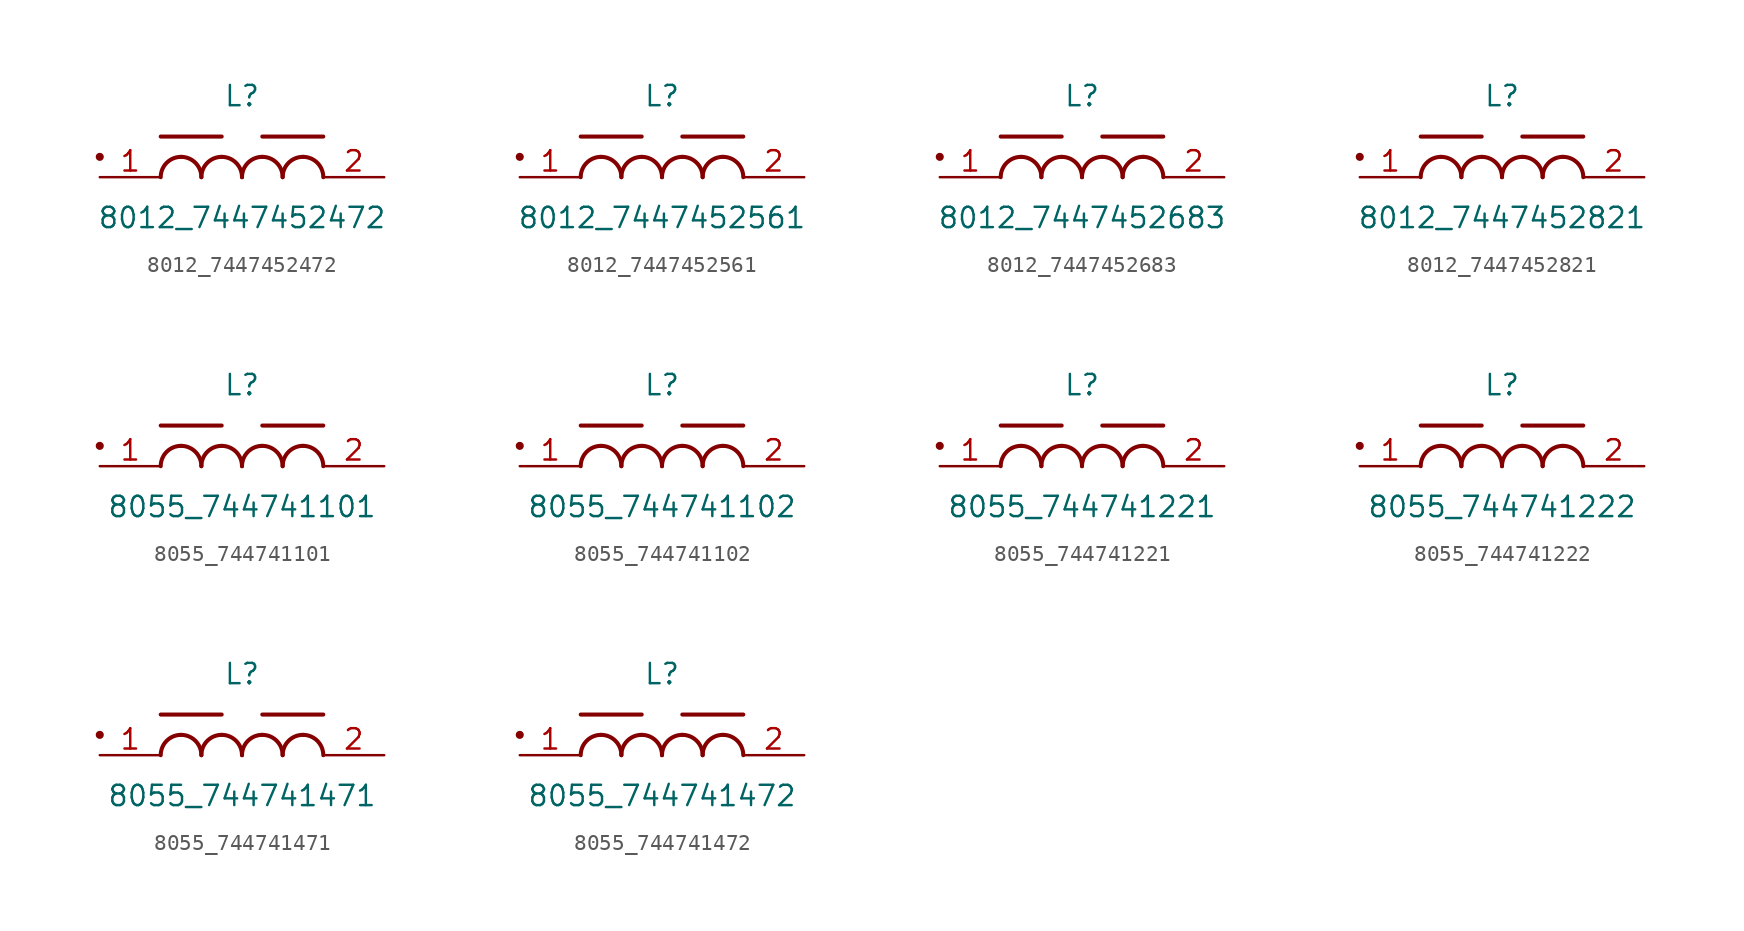
<source format=kicad_sym>
(kicad_symbol_lib
  (version 20211014)
  (generator kicad_symbol_editor)
  (symbol "Inductor_Wurth_WE-TI:8012_7447452472"
    (pin_names hide)
    (property "Reference" "L"
      (at 0 5.08 0)
      (effects (font (size 1.27 1.27))))
    (property "Value" "8012_7447452472"
      (at 0 -2.54 0)
      (effects (font (size 1.27 1.27))))
    (symbol "8012_7447452472_0_1"
      (circle (center -8.89 1.27) (radius 0.0001) (stroke (width 0.254)) (stroke (width 0.254) (type default) (color 0 0 0 0)) (fill (type none)))
      (arc (start -3.81 1.27) (mid -4.708 0.898) (end -5.08 0) (stroke (width 0.254) (type default) (color 0 0 0 0)) (fill (type none)))
      (arc (start -2.54 0) (mid -2.912 0.898) (end -3.81 1.27) (stroke (width 0.254) (type default) (color 0 0 0 0)) (fill (type none)))
      (arc (start -1.2699 1.2701) (mid -2.1679 0.8981) (end -2.5399 0.0001) (stroke (width 0.254) (type default) (color 0 0 0 0)) (fill (type none)))
      (polyline (pts (xy -5.08 2.54) (xy -1.27 2.54)) (stroke (width 0.254) (type default) (color 0 0 0 0)) (fill (type none)))
      (polyline (pts (xy 5.08 2.54) (xy 1.27 2.54)) (stroke (width 0.254) (type default) (color 0 0 0 0)) (fill (type none)))
      (arc (start 0.0001 0.0001) (mid -0.3719 0.8981) (end -1.2699 1.2701) (stroke (width 0.254) (type default) (color 0 0 0 0)) (fill (type none)))
      (arc (start 1.2701 1.2701) (mid 0.3721 0.8981) (end 0.0001 0.0001) (stroke (width 0.254) (type default) (color 0 0 0 0)) (fill (type none)))
      (arc (start 2.5401 0.0001) (mid 2.1681 0.8981) (end 1.2701 1.2701) (stroke (width 0.254) (type default) (color 0 0 0 0)) (fill (type none)))
      (arc (start 3.8101 1.2701) (mid 2.9121 0.8981) (end 2.5401 0.0001) (stroke (width 0.254) (type default) (color 0 0 0 0)) (fill (type none)))
      (arc (start 5.0801 0.0001) (mid 4.7081 0.8981) (end 3.8101 1.2701) (stroke (width 0.254) (type default) (color 0 0 0 0)) (fill (type none))))
    (symbol "8012_7447452472_1_1"
      (pin passive line (at -8.89 0 0) (length 3.81) (name "1" (effects (font (size 1.27 1.27)))) (number "1" (effects (font (size 1.27 1.27)))))
      (pin passive line (at 8.89 0 180) (length 3.81) (name "2" (effects (font (size 1.27 1.27)))) (number "2" (effects (font (size 1.27 1.27)))))))
  (symbol "Inductor_Wurth_WE-TI:8012_7447452561"
    (pin_names hide)
    (property "Reference" "L"
      (at 0 5.08 0)
      (effects (font (size 1.27 1.27))))
    (property "Value" "8012_7447452561"
      (at 0 -2.54 0)
      (effects (font (size 1.27 1.27))))
    (symbol "8012_7447452561_0_1"
      (circle (center -8.89 1.27) (radius 0.0001) (stroke (width 0.254)) (stroke (width 0.254) (type default) (color 0 0 0 0)) (fill (type none)))
      (arc (start -3.81 1.27) (mid -4.708 0.898) (end -5.08 0) (stroke (width 0.254) (type default) (color 0 0 0 0)) (fill (type none)))
      (arc (start -2.54 0) (mid -2.912 0.898) (end -3.81 1.27) (stroke (width 0.254) (type default) (color 0 0 0 0)) (fill (type none)))
      (arc (start -1.2699 1.2701) (mid -2.1679 0.8981) (end -2.5399 0.0001) (stroke (width 0.254) (type default) (color 0 0 0 0)) (fill (type none)))
      (polyline (pts (xy -5.08 2.54) (xy -1.27 2.54)) (stroke (width 0.254) (type default) (color 0 0 0 0)) (fill (type none)))
      (polyline (pts (xy 5.08 2.54) (xy 1.27 2.54)) (stroke (width 0.254) (type default) (color 0 0 0 0)) (fill (type none)))
      (arc (start 0.0001 0.0001) (mid -0.3719 0.8981) (end -1.2699 1.2701) (stroke (width 0.254) (type default) (color 0 0 0 0)) (fill (type none)))
      (arc (start 1.2701 1.2701) (mid 0.3721 0.8981) (end 0.0001 0.0001) (stroke (width 0.254) (type default) (color 0 0 0 0)) (fill (type none)))
      (arc (start 2.5401 0.0001) (mid 2.1681 0.8981) (end 1.2701 1.2701) (stroke (width 0.254) (type default) (color 0 0 0 0)) (fill (type none)))
      (arc (start 3.8101 1.2701) (mid 2.9121 0.8981) (end 2.5401 0.0001) (stroke (width 0.254) (type default) (color 0 0 0 0)) (fill (type none)))
      (arc (start 5.0801 0.0001) (mid 4.7081 0.8981) (end 3.8101 1.2701) (stroke (width 0.254) (type default) (color 0 0 0 0)) (fill (type none))))
    (symbol "8012_7447452561_1_1"
      (pin passive line (at -8.89 0 0) (length 3.81) (name "1" (effects (font (size 1.27 1.27)))) (number "1" (effects (font (size 1.27 1.27)))))
      (pin passive line (at 8.89 0 180) (length 3.81) (name "2" (effects (font (size 1.27 1.27)))) (number "2" (effects (font (size 1.27 1.27)))))))
  (symbol "Inductor_Wurth_WE-TI:8012_7447452683"
    (pin_names hide)
    (property "Reference" "L"
      (at 0 5.08 0)
      (effects (font (size 1.27 1.27))))
    (property "Value" "8012_7447452683"
      (at 0 -2.54 0)
      (effects (font (size 1.27 1.27))))
    (symbol "8012_7447452683_0_1"
      (circle (center -8.89 1.27) (radius 0.0001) (stroke (width 0.254)) (stroke (width 0.254) (type default) (color 0 0 0 0)) (fill (type none)))
      (arc (start -3.81 1.27) (mid -4.708 0.898) (end -5.08 0) (stroke (width 0.254) (type default) (color 0 0 0 0)) (fill (type none)))
      (arc (start -2.54 0) (mid -2.912 0.898) (end -3.81 1.27) (stroke (width 0.254) (type default) (color 0 0 0 0)) (fill (type none)))
      (arc (start -1.2699 1.2701) (mid -2.1679 0.8981) (end -2.5399 0.0001) (stroke (width 0.254) (type default) (color 0 0 0 0)) (fill (type none)))
      (polyline (pts (xy -5.08 2.54) (xy -1.27 2.54)) (stroke (width 0.254) (type default) (color 0 0 0 0)) (fill (type none)))
      (polyline (pts (xy 5.08 2.54) (xy 1.27 2.54)) (stroke (width 0.254) (type default) (color 0 0 0 0)) (fill (type none)))
      (arc (start 0.0001 0.0001) (mid -0.3719 0.8981) (end -1.2699 1.2701) (stroke (width 0.254) (type default) (color 0 0 0 0)) (fill (type none)))
      (arc (start 1.2701 1.2701) (mid 0.3721 0.8981) (end 0.0001 0.0001) (stroke (width 0.254) (type default) (color 0 0 0 0)) (fill (type none)))
      (arc (start 2.5401 0.0001) (mid 2.1681 0.8981) (end 1.2701 1.2701) (stroke (width 0.254) (type default) (color 0 0 0 0)) (fill (type none)))
      (arc (start 3.8101 1.2701) (mid 2.9121 0.8981) (end 2.5401 0.0001) (stroke (width 0.254) (type default) (color 0 0 0 0)) (fill (type none)))
      (arc (start 5.0801 0.0001) (mid 4.7081 0.8981) (end 3.8101 1.2701) (stroke (width 0.254) (type default) (color 0 0 0 0)) (fill (type none))))
    (symbol "8012_7447452683_1_1"
      (pin passive line (at -8.89 0 0) (length 3.81) (name "1" (effects (font (size 1.27 1.27)))) (number "1" (effects (font (size 1.27 1.27)))))
      (pin passive line (at 8.89 0 180) (length 3.81) (name "2" (effects (font (size 1.27 1.27)))) (number "2" (effects (font (size 1.27 1.27)))))))
  (symbol "Inductor_Wurth_WE-TI:8012_7447452821"
    (pin_names hide)
    (property "Reference" "L"
      (at 0 5.08 0)
      (effects (font (size 1.27 1.27))))
    (property "Value" "8012_7447452821"
      (at 0 -2.54 0)
      (effects (font (size 1.27 1.27))))
    (symbol "8012_7447452821_0_1"
      (circle (center -8.89 1.27) (radius 0.0001) (stroke (width 0.254)) (stroke (width 0.254) (type default) (color 0 0 0 0)) (fill (type none)))
      (arc (start -3.81 1.27) (mid -4.708 0.898) (end -5.08 0) (stroke (width 0.254) (type default) (color 0 0 0 0)) (fill (type none)))
      (arc (start -2.54 0) (mid -2.912 0.898) (end -3.81 1.27) (stroke (width 0.254) (type default) (color 0 0 0 0)) (fill (type none)))
      (arc (start -1.2699 1.2701) (mid -2.1679 0.8981) (end -2.5399 0.0001) (stroke (width 0.254) (type default) (color 0 0 0 0)) (fill (type none)))
      (polyline (pts (xy -5.08 2.54) (xy -1.27 2.54)) (stroke (width 0.254) (type default) (color 0 0 0 0)) (fill (type none)))
      (polyline (pts (xy 5.08 2.54) (xy 1.27 2.54)) (stroke (width 0.254) (type default) (color 0 0 0 0)) (fill (type none)))
      (arc (start 0.0001 0.0001) (mid -0.3719 0.8981) (end -1.2699 1.2701) (stroke (width 0.254) (type default) (color 0 0 0 0)) (fill (type none)))
      (arc (start 1.2701 1.2701) (mid 0.3721 0.8981) (end 0.0001 0.0001) (stroke (width 0.254) (type default) (color 0 0 0 0)) (fill (type none)))
      (arc (start 2.5401 0.0001) (mid 2.1681 0.8981) (end 1.2701 1.2701) (stroke (width 0.254) (type default) (color 0 0 0 0)) (fill (type none)))
      (arc (start 3.8101 1.2701) (mid 2.9121 0.8981) (end 2.5401 0.0001) (stroke (width 0.254) (type default) (color 0 0 0 0)) (fill (type none)))
      (arc (start 5.0801 0.0001) (mid 4.7081 0.8981) (end 3.8101 1.2701) (stroke (width 0.254) (type default) (color 0 0 0 0)) (fill (type none))))
    (symbol "8012_7447452821_1_1"
      (pin passive line (at -8.89 0 0) (length 3.81) (name "1" (effects (font (size 1.27 1.27)))) (number "1" (effects (font (size 1.27 1.27)))))
      (pin passive line (at 8.89 0 180) (length 3.81) (name "2" (effects (font (size 1.27 1.27)))) (number "2" (effects (font (size 1.27 1.27)))))))
  (symbol "Inductor_Wurth_WE-TI:8055_744741101"
    (pin_names hide)
    (property "Reference" "L"
      (at 0 5.08 0)
      (effects (font (size 1.27 1.27))))
    (property "Value" "8055_744741101"
      (at 0 -2.54 0)
      (effects (font (size 1.27 1.27))))
    (symbol "8055_744741101_0_1"
      (circle (center -8.89 1.27) (radius 0.0001) (stroke (width 0.254)) (stroke (width 0.254) (type default) (color 0 0 0 0)) (fill (type none)))
      (arc (start -3.81 1.27) (mid -4.708 0.898) (end -5.08 0) (stroke (width 0.254) (type default) (color 0 0 0 0)) (fill (type none)))
      (arc (start -2.54 0) (mid -2.912 0.898) (end -3.81 1.27) (stroke (width 0.254) (type default) (color 0 0 0 0)) (fill (type none)))
      (arc (start -1.2699 1.2701) (mid -2.1679 0.8981) (end -2.5399 0.0001) (stroke (width 0.254) (type default) (color 0 0 0 0)) (fill (type none)))
      (polyline (pts (xy -5.08 2.54) (xy -1.27 2.54)) (stroke (width 0.254) (type default) (color 0 0 0 0)) (fill (type none)))
      (polyline (pts (xy 5.08 2.54) (xy 1.27 2.54)) (stroke (width 0.254) (type default) (color 0 0 0 0)) (fill (type none)))
      (arc (start 0.0001 0.0001) (mid -0.3719 0.8981) (end -1.2699 1.2701) (stroke (width 0.254) (type default) (color 0 0 0 0)) (fill (type none)))
      (arc (start 1.2701 1.2701) (mid 0.3721 0.8981) (end 0.0001 0.0001) (stroke (width 0.254) (type default) (color 0 0 0 0)) (fill (type none)))
      (arc (start 2.5401 0.0001) (mid 2.1681 0.8981) (end 1.2701 1.2701) (stroke (width 0.254) (type default) (color 0 0 0 0)) (fill (type none)))
      (arc (start 3.8101 1.2701) (mid 2.9121 0.8981) (end 2.5401 0.0001) (stroke (width 0.254) (type default) (color 0 0 0 0)) (fill (type none)))
      (arc (start 5.0801 0.0001) (mid 4.7081 0.8981) (end 3.8101 1.2701) (stroke (width 0.254) (type default) (color 0 0 0 0)) (fill (type none))))
    (symbol "8055_744741101_1_1"
      (pin passive line (at -8.89 0 0) (length 3.81) (name "1" (effects (font (size 1.27 1.27)))) (number "1" (effects (font (size 1.27 1.27)))))
      (pin passive line (at 8.89 0 180) (length 3.81) (name "2" (effects (font (size 1.27 1.27)))) (number "2" (effects (font (size 1.27 1.27)))))))
  (symbol "Inductor_Wurth_WE-TI:8055_744741102"
    (pin_names hide)
    (property "Reference" "L"
      (at 0 5.08 0)
      (effects (font (size 1.27 1.27))))
    (property "Value" "8055_744741102"
      (at 0 -2.54 0)
      (effects (font (size 1.27 1.27))))
    (symbol "8055_744741102_0_1"
      (circle (center -8.89 1.27) (radius 0.0001) (stroke (width 0.254)) (stroke (width 0.254) (type default) (color 0 0 0 0)) (fill (type none)))
      (arc (start -3.81 1.27) (mid -4.708 0.898) (end -5.08 0) (stroke (width 0.254) (type default) (color 0 0 0 0)) (fill (type none)))
      (arc (start -2.54 0) (mid -2.912 0.898) (end -3.81 1.27) (stroke (width 0.254) (type default) (color 0 0 0 0)) (fill (type none)))
      (arc (start -1.2699 1.2701) (mid -2.1679 0.8981) (end -2.5399 0.0001) (stroke (width 0.254) (type default) (color 0 0 0 0)) (fill (type none)))
      (polyline (pts (xy -5.08 2.54) (xy -1.27 2.54)) (stroke (width 0.254) (type default) (color 0 0 0 0)) (fill (type none)))
      (polyline (pts (xy 5.08 2.54) (xy 1.27 2.54)) (stroke (width 0.254) (type default) (color 0 0 0 0)) (fill (type none)))
      (arc (start 0.0001 0.0001) (mid -0.3719 0.8981) (end -1.2699 1.2701) (stroke (width 0.254) (type default) (color 0 0 0 0)) (fill (type none)))
      (arc (start 1.2701 1.2701) (mid 0.3721 0.8981) (end 0.0001 0.0001) (stroke (width 0.254) (type default) (color 0 0 0 0)) (fill (type none)))
      (arc (start 2.5401 0.0001) (mid 2.1681 0.8981) (end 1.2701 1.2701) (stroke (width 0.254) (type default) (color 0 0 0 0)) (fill (type none)))
      (arc (start 3.8101 1.2701) (mid 2.9121 0.8981) (end 2.5401 0.0001) (stroke (width 0.254) (type default) (color 0 0 0 0)) (fill (type none)))
      (arc (start 5.0801 0.0001) (mid 4.7081 0.8981) (end 3.8101 1.2701) (stroke (width 0.254) (type default) (color 0 0 0 0)) (fill (type none))))
    (symbol "8055_744741102_1_1"
      (pin passive line (at -8.89 0 0) (length 3.81) (name "1" (effects (font (size 1.27 1.27)))) (number "1" (effects (font (size 1.27 1.27)))))
      (pin passive line (at 8.89 0 180) (length 3.81) (name "2" (effects (font (size 1.27 1.27)))) (number "2" (effects (font (size 1.27 1.27)))))))
  (symbol "Inductor_Wurth_WE-TI:8055_744741221"
    (pin_names hide)
    (property "Reference" "L"
      (at 0 5.08 0)
      (effects (font (size 1.27 1.27))))
    (property "Value" "8055_744741221"
      (at 0 -2.54 0)
      (effects (font (size 1.27 1.27))))
    (symbol "8055_744741221_0_1"
      (circle (center -8.89 1.27) (radius 0.0001) (stroke (width 0.254)) (stroke (width 0.254) (type default) (color 0 0 0 0)) (fill (type none)))
      (arc (start -3.81 1.27) (mid -4.708 0.898) (end -5.08 0) (stroke (width 0.254) (type default) (color 0 0 0 0)) (fill (type none)))
      (arc (start -2.54 0) (mid -2.912 0.898) (end -3.81 1.27) (stroke (width 0.254) (type default) (color 0 0 0 0)) (fill (type none)))
      (arc (start -1.2699 1.2701) (mid -2.1679 0.8981) (end -2.5399 0.0001) (stroke (width 0.254) (type default) (color 0 0 0 0)) (fill (type none)))
      (polyline (pts (xy -5.08 2.54) (xy -1.27 2.54)) (stroke (width 0.254) (type default) (color 0 0 0 0)) (fill (type none)))
      (polyline (pts (xy 5.08 2.54) (xy 1.27 2.54)) (stroke (width 0.254) (type default) (color 0 0 0 0)) (fill (type none)))
      (arc (start 0.0001 0.0001) (mid -0.3719 0.8981) (end -1.2699 1.2701) (stroke (width 0.254) (type default) (color 0 0 0 0)) (fill (type none)))
      (arc (start 1.2701 1.2701) (mid 0.3721 0.8981) (end 0.0001 0.0001) (stroke (width 0.254) (type default) (color 0 0 0 0)) (fill (type none)))
      (arc (start 2.5401 0.0001) (mid 2.1681 0.8981) (end 1.2701 1.2701) (stroke (width 0.254) (type default) (color 0 0 0 0)) (fill (type none)))
      (arc (start 3.8101 1.2701) (mid 2.9121 0.8981) (end 2.5401 0.0001) (stroke (width 0.254) (type default) (color 0 0 0 0)) (fill (type none)))
      (arc (start 5.0801 0.0001) (mid 4.7081 0.8981) (end 3.8101 1.2701) (stroke (width 0.254) (type default) (color 0 0 0 0)) (fill (type none))))
    (symbol "8055_744741221_1_1"
      (pin passive line (at -8.89 0 0) (length 3.81) (name "1" (effects (font (size 1.27 1.27)))) (number "1" (effects (font (size 1.27 1.27)))))
      (pin passive line (at 8.89 0 180) (length 3.81) (name "2" (effects (font (size 1.27 1.27)))) (number "2" (effects (font (size 1.27 1.27)))))))
  (symbol "Inductor_Wurth_WE-TI:8055_744741222"
    (pin_names hide)
    (property "Reference" "L"
      (at 0 5.08 0)
      (effects (font (size 1.27 1.27))))
    (property "Value" "8055_744741222"
      (at 0 -2.54 0)
      (effects (font (size 1.27 1.27))))
    (symbol "8055_744741222_0_1"
      (circle (center -8.89 1.27) (radius 0.0001) (stroke (width 0.254)) (stroke (width 0.254) (type default) (color 0 0 0 0)) (fill (type none)))
      (arc (start -3.81 1.27) (mid -4.708 0.898) (end -5.08 0) (stroke (width 0.254) (type default) (color 0 0 0 0)) (fill (type none)))
      (arc (start -2.54 0) (mid -2.912 0.898) (end -3.81 1.27) (stroke (width 0.254) (type default) (color 0 0 0 0)) (fill (type none)))
      (arc (start -1.2699 1.2701) (mid -2.1679 0.8981) (end -2.5399 0.0001) (stroke (width 0.254) (type default) (color 0 0 0 0)) (fill (type none)))
      (polyline (pts (xy -5.08 2.54) (xy -1.27 2.54)) (stroke (width 0.254) (type default) (color 0 0 0 0)) (fill (type none)))
      (polyline (pts (xy 5.08 2.54) (xy 1.27 2.54)) (stroke (width 0.254) (type default) (color 0 0 0 0)) (fill (type none)))
      (arc (start 0.0001 0.0001) (mid -0.3719 0.8981) (end -1.2699 1.2701) (stroke (width 0.254) (type default) (color 0 0 0 0)) (fill (type none)))
      (arc (start 1.2701 1.2701) (mid 0.3721 0.8981) (end 0.0001 0.0001) (stroke (width 0.254) (type default) (color 0 0 0 0)) (fill (type none)))
      (arc (start 2.5401 0.0001) (mid 2.1681 0.8981) (end 1.2701 1.2701) (stroke (width 0.254) (type default) (color 0 0 0 0)) (fill (type none)))
      (arc (start 3.8101 1.2701) (mid 2.9121 0.8981) (end 2.5401 0.0001) (stroke (width 0.254) (type default) (color 0 0 0 0)) (fill (type none)))
      (arc (start 5.0801 0.0001) (mid 4.7081 0.8981) (end 3.8101 1.2701) (stroke (width 0.254) (type default) (color 0 0 0 0)) (fill (type none))))
    (symbol "8055_744741222_1_1"
      (pin passive line (at -8.89 0 0) (length 3.81) (name "1" (effects (font (size 1.27 1.27)))) (number "1" (effects (font (size 1.27 1.27)))))
      (pin passive line (at 8.89 0 180) (length 3.81) (name "2" (effects (font (size 1.27 1.27)))) (number "2" (effects (font (size 1.27 1.27)))))))
  (symbol "Inductor_Wurth_WE-TI:8055_744741471"
    (pin_names hide)
    (property "Reference" "L"
      (at 0 5.08 0)
      (effects (font (size 1.27 1.27))))
    (property "Value" "8055_744741471"
      (at 0 -2.54 0)
      (effects (font (size 1.27 1.27))))
    (symbol "8055_744741471_0_1"
      (circle (center -8.89 1.27) (radius 0.0001) (stroke (width 0.254)) (stroke (width 0.254) (type default) (color 0 0 0 0)) (fill (type none)))
      (arc (start -3.81 1.27) (mid -4.708 0.898) (end -5.08 0) (stroke (width 0.254) (type default) (color 0 0 0 0)) (fill (type none)))
      (arc (start -2.54 0) (mid -2.912 0.898) (end -3.81 1.27) (stroke (width 0.254) (type default) (color 0 0 0 0)) (fill (type none)))
      (arc (start -1.2699 1.2701) (mid -2.1679 0.8981) (end -2.5399 0.0001) (stroke (width 0.254) (type default) (color 0 0 0 0)) (fill (type none)))
      (polyline (pts (xy -5.08 2.54) (xy -1.27 2.54)) (stroke (width 0.254) (type default) (color 0 0 0 0)) (fill (type none)))
      (polyline (pts (xy 5.08 2.54) (xy 1.27 2.54)) (stroke (width 0.254) (type default) (color 0 0 0 0)) (fill (type none)))
      (arc (start 0.0001 0.0001) (mid -0.3719 0.8981) (end -1.2699 1.2701) (stroke (width 0.254) (type default) (color 0 0 0 0)) (fill (type none)))
      (arc (start 1.2701 1.2701) (mid 0.3721 0.8981) (end 0.0001 0.0001) (stroke (width 0.254) (type default) (color 0 0 0 0)) (fill (type none)))
      (arc (start 2.5401 0.0001) (mid 2.1681 0.8981) (end 1.2701 1.2701) (stroke (width 0.254) (type default) (color 0 0 0 0)) (fill (type none)))
      (arc (start 3.8101 1.2701) (mid 2.9121 0.8981) (end 2.5401 0.0001) (stroke (width 0.254) (type default) (color 0 0 0 0)) (fill (type none)))
      (arc (start 5.0801 0.0001) (mid 4.7081 0.8981) (end 3.8101 1.2701) (stroke (width 0.254) (type default) (color 0 0 0 0)) (fill (type none))))
    (symbol "8055_744741471_1_1"
      (pin passive line (at -8.89 0 0) (length 3.81) (name "1" (effects (font (size 1.27 1.27)))) (number "1" (effects (font (size 1.27 1.27)))))
      (pin passive line (at 8.89 0 180) (length 3.81) (name "2" (effects (font (size 1.27 1.27)))) (number "2" (effects (font (size 1.27 1.27)))))))
  (symbol "Inductor_Wurth_WE-TI:8055_744741472"
    (pin_names hide)
    (property "Reference" "L"
      (at 0 5.08 0)
      (effects (font (size 1.27 1.27))))
    (property "Value" "8055_744741472"
      (at 0 -2.54 0)
      (effects (font (size 1.27 1.27))))
    (symbol "8055_744741472_0_1"
      (circle (center -8.89 1.27) (radius 0.0001) (stroke (width 0.254)) (stroke (width 0.254) (type default) (color 0 0 0 0)) (fill (type none)))
      (arc (start -3.81 1.27) (mid -4.708 0.898) (end -5.08 0) (stroke (width 0.254) (type default) (color 0 0 0 0)) (fill (type none)))
      (arc (start -2.54 0) (mid -2.912 0.898) (end -3.81 1.27) (stroke (width 0.254) (type default) (color 0 0 0 0)) (fill (type none)))
      (arc (start -1.2699 1.2701) (mid -2.1679 0.8981) (end -2.5399 0.0001) (stroke (width 0.254) (type default) (color 0 0 0 0)) (fill (type none)))
      (polyline (pts (xy -5.08 2.54) (xy -1.27 2.54)) (stroke (width 0.254) (type default) (color 0 0 0 0)) (fill (type none)))
      (polyline (pts (xy 5.08 2.54) (xy 1.27 2.54)) (stroke (width 0.254) (type default) (color 0 0 0 0)) (fill (type none)))
      (arc (start 0.0001 0.0001) (mid -0.3719 0.8981) (end -1.2699 1.2701) (stroke (width 0.254) (type default) (color 0 0 0 0)) (fill (type none)))
      (arc (start 1.2701 1.2701) (mid 0.3721 0.8981) (end 0.0001 0.0001) (stroke (width 0.254) (type default) (color 0 0 0 0)) (fill (type none)))
      (arc (start 2.5401 0.0001) (mid 2.1681 0.8981) (end 1.2701 1.2701) (stroke (width 0.254) (type default) (color 0 0 0 0)) (fill (type none)))
      (arc (start 3.8101 1.2701) (mid 2.9121 0.8981) (end 2.5401 0.0001) (stroke (width 0.254) (type default) (color 0 0 0 0)) (fill (type none)))
      (arc (start 5.0801 0.0001) (mid 4.7081 0.8981) (end 3.8101 1.2701) (stroke (width 0.254) (type default) (color 0 0 0 0)) (fill (type none))))
    (symbol "8055_744741472_1_1"
      (pin passive line (at -8.89 0 0) (length 3.81) (name "1" (effects (font (size 1.27 1.27)))) (number "1" (effects (font (size 1.27 1.27)))))
      (pin passive line (at 8.89 0 180) (length 3.81) (name "2" (effects (font (size 1.27 1.27)))) (number "2" (effects (font (size 1.27 1.27))))))))
</source>
